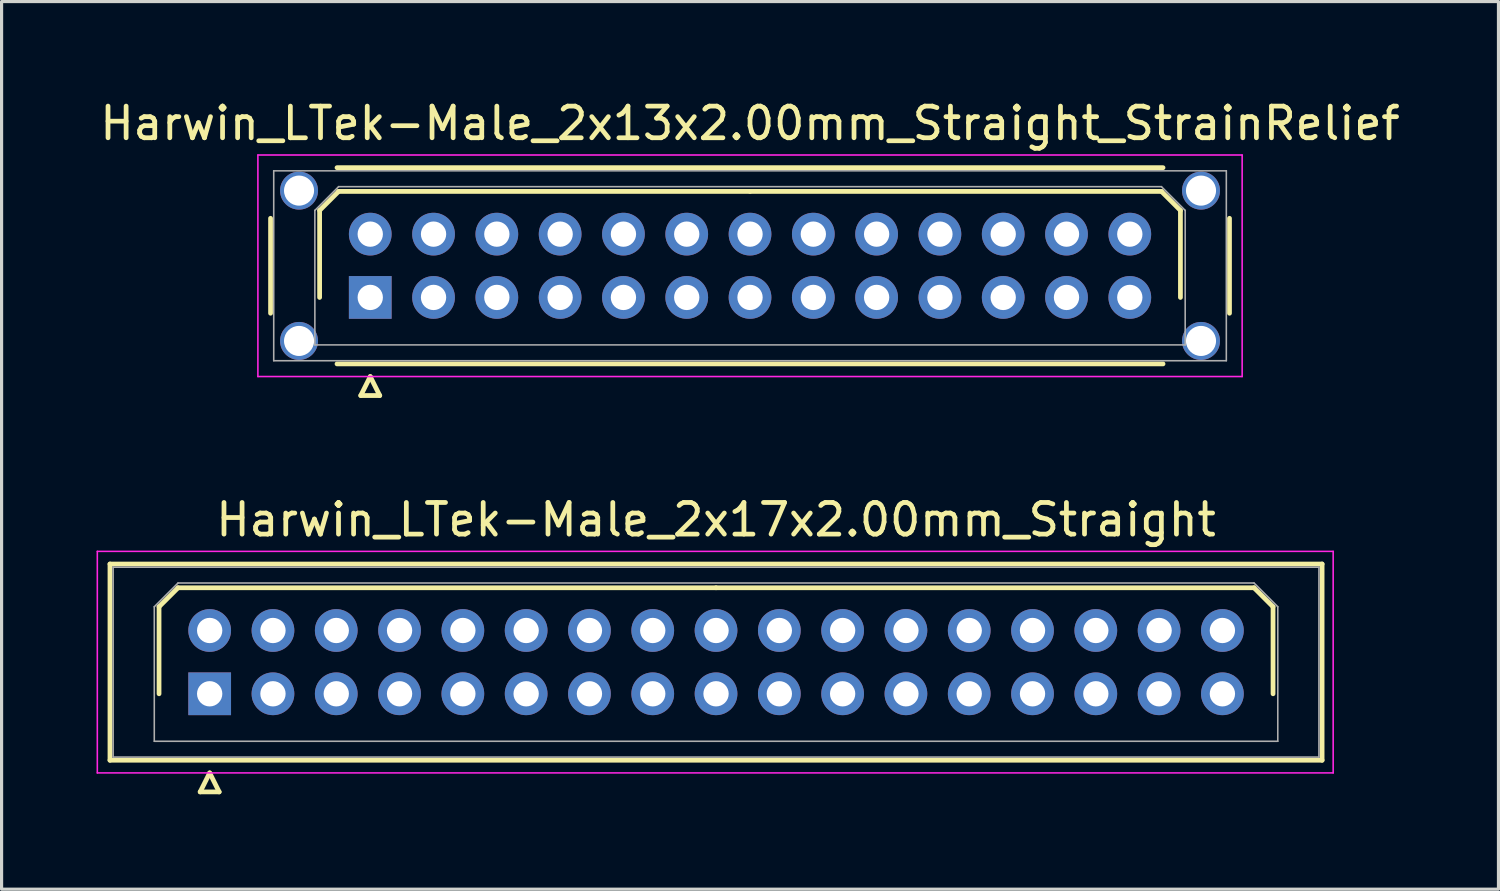
<source format=kicad_pcb>
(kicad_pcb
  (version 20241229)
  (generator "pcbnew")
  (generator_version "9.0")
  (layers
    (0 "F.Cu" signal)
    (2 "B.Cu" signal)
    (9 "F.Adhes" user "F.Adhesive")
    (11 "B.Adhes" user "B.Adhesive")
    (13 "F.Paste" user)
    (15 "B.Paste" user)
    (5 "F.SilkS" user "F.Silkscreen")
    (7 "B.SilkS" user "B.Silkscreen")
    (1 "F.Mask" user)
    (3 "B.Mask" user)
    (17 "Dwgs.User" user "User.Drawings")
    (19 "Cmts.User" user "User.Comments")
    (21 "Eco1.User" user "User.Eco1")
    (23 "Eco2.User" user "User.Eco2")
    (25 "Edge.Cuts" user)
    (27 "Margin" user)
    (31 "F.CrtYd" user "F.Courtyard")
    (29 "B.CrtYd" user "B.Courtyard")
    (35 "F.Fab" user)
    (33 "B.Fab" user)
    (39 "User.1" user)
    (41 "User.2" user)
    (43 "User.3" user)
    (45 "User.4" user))
  (footprint "Harwin_LTek-Male_2x13x2.00mm_Straight_StrainRelief"
    (layer "F.Cu")
    (at 8.649 6.348)
    (property "Reference" "Harwin_LTek-Male_2x13x2.00mm_Straight_StrainRelief" (at 12 -5.5 0) (layer "F.SilkS") (effects (font (size 1 1) (thickness 0.15))))
    (attr through_hole)
    (fp_line (start -3.15 -2.5) (end -3.15 0.5) (stroke (width 0.15) (type solid)) (layer "F.SilkS"))
    (fp_line (start -1.6 -2.75) (end -1 -3.35) (stroke (width 0.15) (type solid)) (layer "F.SilkS"))
    (fp_line (start -1.6 0) (end -1.6 -2.75) (stroke (width 0.15) (type solid)) (layer "F.SilkS"))
    (fp_line (start -1.05 -4.1) (end 25.05 -4.1) (stroke (width 0.15) (type solid)) (layer "F.SilkS"))
    (fp_line (start -1.05 2.1) (end 25.05 2.1) (stroke (width 0.15) (type solid)) (layer "F.SilkS"))
    (fp_line (start -1 -3.35) (end 12 -3.35) (stroke (width 0.15) (type solid)) (layer "F.SilkS"))
    (fp_line (start -0.3 3.1) (end 0.3 3.1) (stroke (width 0.15) (type solid)) (layer "F.SilkS"))
    (fp_line (start 0 2.5) (end -0.3 3.1) (stroke (width 0.15) (type solid)) (layer "F.SilkS"))
    (fp_line (start 0.3 3.1) (end 0 2.5) (stroke (width 0.15) (type solid)) (layer "F.SilkS"))
    (fp_line (start 25 -3.35) (end 12 -3.35) (stroke (width 0.15) (type solid)) (layer "F.SilkS"))
    (fp_line (start 25.6 -2.75) (end 25 -3.35) (stroke (width 0.15) (type solid)) (layer "F.SilkS"))
    (fp_line (start 25.6 0) (end 25.6 -2.75) (stroke (width 0.15) (type solid)) (layer "F.SilkS"))
    (fp_line (start 27.15 -2.5) (end 27.15 0.5) (stroke (width 0.15) (type solid)) (layer "F.SilkS"))
    (fp_line (start -3.55 -4.5) (end -3.55 2.5) (stroke (width 0.05) (type solid)) (layer "F.CrtYd"))
    (fp_line (start -3.55 2.5) (end 27.55 2.5) (stroke (width 0.05) (type solid)) (layer "F.CrtYd"))
    (fp_line (start 27.55 -4.5) (end -3.55 -4.5) (stroke (width 0.05) (type solid)) (layer "F.CrtYd"))
    (fp_line (start 27.55 2.5) (end 27.55 -4.5) (stroke (width 0.05) (type solid)) (layer "F.CrtYd"))
    (fp_line (start -3.05 -4) (end -3.05 2) (stroke (width 0.05) (type solid)) (layer "F.Fab"))
    (fp_line (start -3.05 2) (end 27.05 2) (stroke (width 0.05) (type solid)) (layer "F.Fab"))
    (fp_line (start -1.75 -2.75) (end -1 -3.5) (stroke (width 0.05) (type solid)) (layer "F.Fab"))
    (fp_line (start -1.75 1.5) (end -1.75 -2.75) (stroke (width 0.05) (type solid)) (layer "F.Fab"))
    (fp_line (start -1 -3.5) (end 25 -3.5) (stroke (width 0.05) (type solid)) (layer "F.Fab"))
    (fp_line (start 25 -3.5) (end 25.75 -2.75) (stroke (width 0.05) (type solid)) (layer "F.Fab"))
    (fp_line (start 25.75 -2.75) (end 25.75 1.5) (stroke (width 0.05) (type solid)) (layer "F.Fab"))
    (fp_line (start 25.75 1.5) (end -1.75 1.5) (stroke (width 0.05) (type solid)) (layer "F.Fab"))
    (fp_line (start 27.05 -4) (end -3.05 -4) (stroke (width 0.05) (type solid)) (layer "F.Fab"))
    (fp_line (start 27.05 2) (end 27.05 -4) (stroke (width 0.05) (type solid)) (layer "F.Fab"))
    (pad "" thru_hole circle (at -2.25 -3.375) (size 1.2 1.2) (drill 0.95) (layers "*.Cu" "*.Mask"))
    (pad "" thru_hole circle (at -2.25 1.375) (size 1.2 1.2) (drill 0.95) (layers "*.Cu" "*.Mask"))
    (pad "" thru_hole circle (at 26.25 -3.375) (size 1.2 1.2) (drill 0.95) (layers "*.Cu" "*.Mask"))
    (pad "" thru_hole circle (at 26.25 1.375) (size 1.2 1.2) (drill 0.95) (layers "*.Cu" "*.Mask"))
    (pad "1" thru_hole rect (at 0 0) (size 1.35 1.35) (drill 0.8) (layers "*.Cu" "*.Mask"))
    (pad "2" thru_hole circle (at 0 -2) (size 1.35 1.35) (drill 0.8) (layers "*.Cu" "*.Mask"))
    (pad "3" thru_hole circle (at 2 0) (size 1.35 1.35) (drill 0.8) (layers "*.Cu" "*.Mask"))
    (pad "4" thru_hole circle (at 2 -2) (size 1.35 1.35) (drill 0.8) (layers "*.Cu" "*.Mask"))
    (pad "5" thru_hole circle (at 4 0) (size 1.35 1.35) (drill 0.8) (layers "*.Cu" "*.Mask"))
    (pad "6" thru_hole circle (at 4 -2) (size 1.35 1.35) (drill 0.8) (layers "*.Cu" "*.Mask"))
    (pad "7" thru_hole circle (at 6 0) (size 1.35 1.35) (drill 0.8) (layers "*.Cu" "*.Mask"))
    (pad "8" thru_hole circle (at 6 -2) (size 1.35 1.35) (drill 0.8) (layers "*.Cu" "*.Mask"))
    (pad "9" thru_hole circle (at 8 0) (size 1.35 1.35) (drill 0.8) (layers "*.Cu" "*.Mask"))
    (pad "10" thru_hole circle (at 8 -2) (size 1.35 1.35) (drill 0.8) (layers "*.Cu" "*.Mask"))
    (pad "11" thru_hole circle (at 10 0) (size 1.35 1.35) (drill 0.8) (layers "*.Cu" "*.Mask"))
    (pad "12" thru_hole circle (at 10 -2) (size 1.35 1.35) (drill 0.8) (layers "*.Cu" "*.Mask"))
    (pad "13" thru_hole circle (at 12 0) (size 1.35 1.35) (drill 0.8) (layers "*.Cu" "*.Mask"))
    (pad "14" thru_hole circle (at 12 -2) (size 1.35 1.35) (drill 0.8) (layers "*.Cu" "*.Mask"))
    (pad "15" thru_hole circle (at 14 0) (size 1.35 1.35) (drill 0.8) (layers "*.Cu" "*.Mask"))
    (pad "16" thru_hole circle (at 14 -2) (size 1.35 1.35) (drill 0.8) (layers "*.Cu" "*.Mask"))
    (pad "17" thru_hole circle (at 16 0) (size 1.35 1.35) (drill 0.8) (layers "*.Cu" "*.Mask"))
    (pad "18" thru_hole circle (at 16 -2) (size 1.35 1.35) (drill 0.8) (layers "*.Cu" "*.Mask"))
    (pad "19" thru_hole circle (at 18 0) (size 1.35 1.35) (drill 0.8) (layers "*.Cu" "*.Mask"))
    (pad "20" thru_hole circle (at 18 -2) (size 1.35 1.35) (drill 0.8) (layers "*.Cu" "*.Mask"))
    (pad "21" thru_hole circle (at 20 0) (size 1.35 1.35) (drill 0.8) (layers "*.Cu" "*.Mask"))
    (pad "22" thru_hole circle (at 20 -2) (size 1.35 1.35) (drill 0.8) (layers "*.Cu" "*.Mask"))
    (pad "23" thru_hole circle (at 22 0) (size 1.35 1.35) (drill 0.8) (layers "*.Cu" "*.Mask"))
    (pad "24" thru_hole circle (at 22 -2) (size 1.35 1.35) (drill 0.8) (layers "*.Cu" "*.Mask"))
    (pad "25" thru_hole circle (at 24 0) (size 1.35 1.35) (drill 0.8) (layers "*.Cu" "*.Mask"))
    (pad "26" thru_hole circle (at 24 -2) (size 1.35 1.35) (drill 0.8) (layers "*.Cu" "*.Mask")))
  (footprint "Harwin_LTek-Male_2x17x2.00mm_Straight"
    (layer "F.Cu")
    (at 3.575 18.872)
    (property "Reference" "Harwin_LTek-Male_2x17x2.00mm_Straight" (at 16 -5.5 0) (layer "F.SilkS") (effects (font (size 1 1) (thickness 0.15))))
    (attr through_hole)
    (fp_line (start -3.15 -4.1) (end -3.15 2.1) (stroke (width 0.15) (type solid)) (layer "F.SilkS"))
    (fp_line (start -3.15 2.1) (end 35.15 2.1) (stroke (width 0.15) (type solid)) (layer "F.SilkS"))
    (fp_line (start -1.6 -2.75) (end -1 -3.35) (stroke (width 0.15) (type solid)) (layer "F.SilkS"))
    (fp_line (start -1.6 0) (end -1.6 -2.75) (stroke (width 0.15) (type solid)) (layer "F.SilkS"))
    (fp_line (start -1 -3.35) (end 16 -3.35) (stroke (width 0.15) (type solid)) (layer "F.SilkS"))
    (fp_line (start -0.3 3.1) (end 0.3 3.1) (stroke (width 0.15) (type solid)) (layer "F.SilkS"))
    (fp_line (start 0 2.5) (end -0.3 3.1) (stroke (width 0.15) (type solid)) (layer "F.SilkS"))
    (fp_line (start 0.3 3.1) (end 0 2.5) (stroke (width 0.15) (type solid)) (layer "F.SilkS"))
    (fp_line (start 33 -3.35) (end 16 -3.35) (stroke (width 0.15) (type solid)) (layer "F.SilkS"))
    (fp_line (start 33.6 -2.75) (end 33 -3.35) (stroke (width 0.15) (type solid)) (layer "F.SilkS"))
    (fp_line (start 33.6 0) (end 33.6 -2.75) (stroke (width 0.15) (type solid)) (layer "F.SilkS"))
    (fp_line (start 35.15 -4.1) (end -3.15 -4.1) (stroke (width 0.15) (type solid)) (layer "F.SilkS"))
    (fp_line (start 35.15 2.1) (end 35.15 -4.1) (stroke (width 0.15) (type solid)) (layer "F.SilkS"))
    (fp_line (start -3.55 -4.5) (end -3.55 2.5) (stroke (width 0.05) (type solid)) (layer "F.CrtYd"))
    (fp_line (start -3.55 2.5) (end 35.5 2.5) (stroke (width 0.05) (type solid)) (layer "F.CrtYd"))
    (fp_line (start 35.5 -4.5) (end -3.55 -4.5) (stroke (width 0.05) (type solid)) (layer "F.CrtYd"))
    (fp_line (start 35.5 2.5) (end 35.5 -4.5) (stroke (width 0.05) (type solid)) (layer "F.CrtYd"))
    (fp_line (start -3.05 -4) (end -3.05 2) (stroke (width 0.05) (type solid)) (layer "F.Fab"))
    (fp_line (start -3.05 2) (end 35.05 2) (stroke (width 0.05) (type solid)) (layer "F.Fab"))
    (fp_line (start -1.75 -2.75) (end -1 -3.5) (stroke (width 0.05) (type solid)) (layer "F.Fab"))
    (fp_line (start -1.75 1.5) (end -1.75 -2.75) (stroke (width 0.05) (type solid)) (layer "F.Fab"))
    (fp_line (start -1 -3.5) (end 33 -3.5) (stroke (width 0.05) (type solid)) (layer "F.Fab"))
    (fp_line (start 33 -3.5) (end 33.75 -2.75) (stroke (width 0.05) (type solid)) (layer "F.Fab"))
    (fp_line (start 33.75 -2.75) (end 33.75 1.5) (stroke (width 0.05) (type solid)) (layer "F.Fab"))
    (fp_line (start 33.75 1.5) (end -1.75 1.5) (stroke (width 0.05) (type solid)) (layer "F.Fab"))
    (fp_line (start 35.05 -4) (end -3.05 -4) (stroke (width 0.05) (type solid)) (layer "F.Fab"))
    (fp_line (start 35.05 2) (end 35.05 -4) (stroke (width 0.05) (type solid)) (layer "F.Fab"))
    (pad "1" thru_hole rect (at 0 0) (size 1.35 1.35) (drill 0.8) (layers "*.Cu" "*.Mask"))
    (pad "2" thru_hole circle (at 0 -2) (size 1.35 1.35) (drill 0.8) (layers "*.Cu" "*.Mask"))
    (pad "3" thru_hole circle (at 2 0) (size 1.35 1.35) (drill 0.8) (layers "*.Cu" "*.Mask"))
    (pad "4" thru_hole circle (at 2 -2) (size 1.35 1.35) (drill 0.8) (layers "*.Cu" "*.Mask"))
    (pad "5" thru_hole circle (at 4 0) (size 1.35 1.35) (drill 0.8) (layers "*.Cu" "*.Mask"))
    (pad "6" thru_hole circle (at 4 -2) (size 1.35 1.35) (drill 0.8) (layers "*.Cu" "*.Mask"))
    (pad "7" thru_hole circle (at 6 0) (size 1.35 1.35) (drill 0.8) (layers "*.Cu" "*.Mask"))
    (pad "8" thru_hole circle (at 6 -2) (size 1.35 1.35) (drill 0.8) (layers "*.Cu" "*.Mask"))
    (pad "9" thru_hole circle (at 8 0) (size 1.35 1.35) (drill 0.8) (layers "*.Cu" "*.Mask"))
    (pad "10" thru_hole circle (at 8 -2) (size 1.35 1.35) (drill 0.8) (layers "*.Cu" "*.Mask"))
    (pad "11" thru_hole circle (at 10 0) (size 1.35 1.35) (drill 0.8) (layers "*.Cu" "*.Mask"))
    (pad "12" thru_hole circle (at 10 -2) (size 1.35 1.35) (drill 0.8) (layers "*.Cu" "*.Mask"))
    (pad "13" thru_hole circle (at 12 0) (size 1.35 1.35) (drill 0.8) (layers "*.Cu" "*.Mask"))
    (pad "14" thru_hole circle (at 12 -2) (size 1.35 1.35) (drill 0.8) (layers "*.Cu" "*.Mask"))
    (pad "15" thru_hole circle (at 14 0) (size 1.35 1.35) (drill 0.8) (layers "*.Cu" "*.Mask"))
    (pad "16" thru_hole circle (at 14 -2) (size 1.35 1.35) (drill 0.8) (layers "*.Cu" "*.Mask"))
    (pad "17" thru_hole circle (at 16 0) (size 1.35 1.35) (drill 0.8) (layers "*.Cu" "*.Mask"))
    (pad "18" thru_hole circle (at 16 -2) (size 1.35 1.35) (drill 0.8) (layers "*.Cu" "*.Mask"))
    (pad "19" thru_hole circle (at 18 0) (size 1.35 1.35) (drill 0.8) (layers "*.Cu" "*.Mask"))
    (pad "20" thru_hole circle (at 18 -2) (size 1.35 1.35) (drill 0.8) (layers "*.Cu" "*.Mask"))
    (pad "21" thru_hole circle (at 20 0) (size 1.35 1.35) (drill 0.8) (layers "*.Cu" "*.Mask"))
    (pad "22" thru_hole circle (at 20 -2) (size 1.35 1.35) (drill 0.8) (layers "*.Cu" "*.Mask"))
    (pad "23" thru_hole circle (at 22 0) (size 1.35 1.35) (drill 0.8) (layers "*.Cu" "*.Mask"))
    (pad "24" thru_hole circle (at 22 -2) (size 1.35 1.35) (drill 0.8) (layers "*.Cu" "*.Mask"))
    (pad "25" thru_hole circle (at 24 0) (size 1.35 1.35) (drill 0.8) (layers "*.Cu" "*.Mask"))
    (pad "26" thru_hole circle (at 24 -2) (size 1.35 1.35) (drill 0.8) (layers "*.Cu" "*.Mask"))
    (pad "27" thru_hole circle (at 26 0) (size 1.35 1.35) (drill 0.8) (layers "*.Cu" "*.Mask"))
    (pad "28" thru_hole circle (at 26 -2) (size 1.35 1.35) (drill 0.8) (layers "*.Cu" "*.Mask"))
    (pad "29" thru_hole circle (at 28 0) (size 1.35 1.35) (drill 0.8) (layers "*.Cu" "*.Mask"))
    (pad "30" thru_hole circle (at 28 -2) (size 1.35 1.35) (drill 0.8) (layers "*.Cu" "*.Mask"))
    (pad "31" thru_hole circle (at 30 0) (size 1.35 1.35) (drill 0.8) (layers "*.Cu" "*.Mask"))
    (pad "32" thru_hole circle (at 30 -2) (size 1.35 1.35) (drill 0.8) (layers "*.Cu" "*.Mask"))
    (pad "33" thru_hole circle (at 32 0) (size 1.35 1.35) (drill 0.8) (layers "*.Cu" "*.Mask"))
    (pad "34" thru_hole circle (at 32 -2) (size 1.35 1.35) (drill 0.8) (layers "*.Cu" "*.Mask")))
  (gr_rect
    (start -3 -3)
    (end 44.298 25.047)
    (stroke (width 0.1) (type default))
    (fill no)
    (layer "Edge.Cuts")))
</source>
